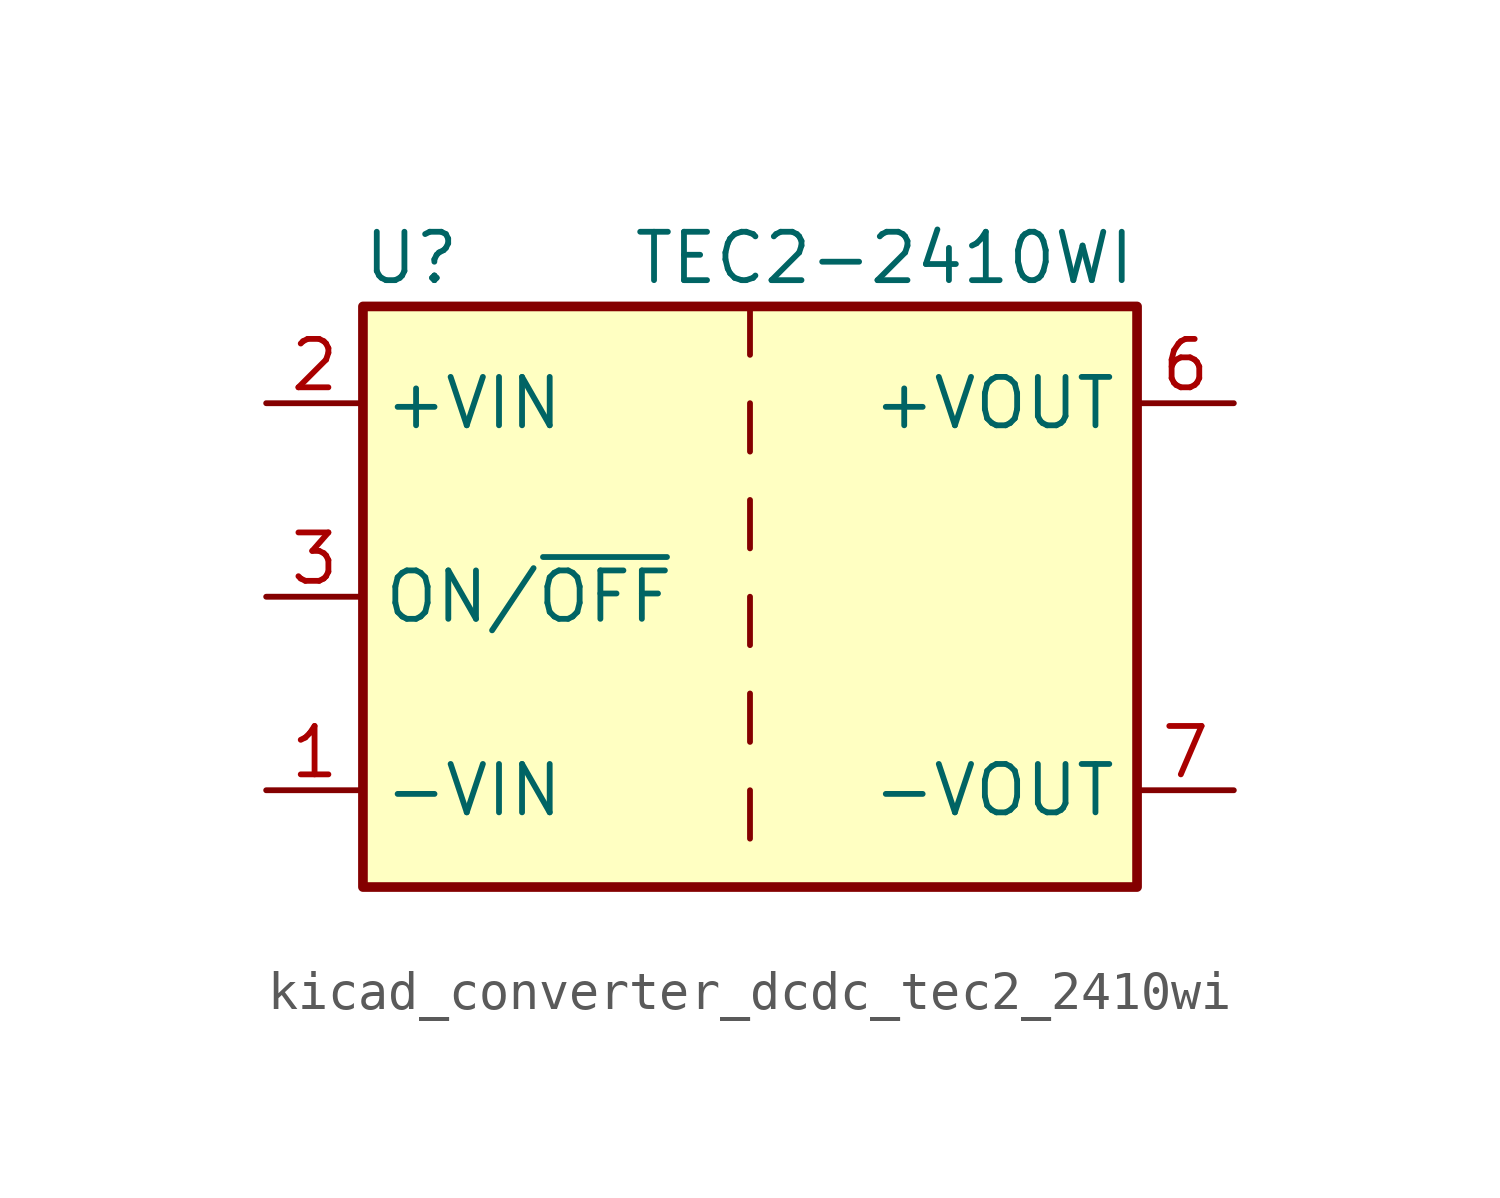
<source format=kicad_sym>
(kicad_symbol_lib
  (version 20220914)
  (generator kicad_symbol_editor)
  (symbol "kicad_converter_dcdc_tec2_2410wi"
    (property "Reference" "U"
      (at -8.89 8.89 0)
      (effects (font (size 1.27 1.27))))
    (property "Value" "TEC2-2410WI"
      (at 10.16 8.89 0)
      (effects (font (size 1.27 1.27)) (justify right)))
    (symbol "kicad_converter_dcdc_tec2_2410wi_0_1"
      (rectangle (start -10.16 7.62) (end 10.16 -7.62) (stroke (width 0.254) (type default)) (fill (type background)))
      (polyline (pts (xy 0 -5.08) (xy 0 -6.35)) (stroke (width 0) (type default)) (fill (type none)))
      (polyline (pts (xy 0 -2.54) (xy 0 -3.81)) (stroke (width 0) (type default)) (fill (type none)))
      (polyline (pts (xy 0 0) (xy 0 -1.27)) (stroke (width 0) (type default)) (fill (type none)))
      (polyline (pts (xy 0 2.54) (xy 0 1.27)) (stroke (width 0) (type default)) (fill (type none)))
      (polyline (pts (xy 0 5.08) (xy 0 3.81)) (stroke (width 0) (type default)) (fill (type none)))
      (polyline (pts (xy 0 7.62) (xy 0 6.35)) (stroke (width 0) (type default)) (fill (type none))))
    (symbol "kicad_converter_dcdc_tec2_2410wi_1_1"
      (pin power_in line (at -12.7 -5.08 0) (length 2.54) (name "-VIN" (effects (font (size 1.27 1.27)))) (number "1" (effects (font (size 1.27 1.27)))))
      (pin power_in line (at -12.7 5.08 0) (length 2.54) (name "+VIN" (effects (font (size 1.27 1.27)))) (number "2" (effects (font (size 1.27 1.27)))))
      (pin input line (at -12.7 0 0) (length 2.54) (name "ON/~{OFF}" (effects (font (size 1.27 1.27)))) (number "3" (effects (font (size 1.27 1.27)))))
      (pin no_connect line (at 10.16 2.54 180) (length 2.54) hide (name "NC" (effects (font (size 1.27 1.27)))) (number "5" (effects (font (size 1.27 1.27)))))
      (pin power_out line (at 12.7 5.08 180) (length 2.54) (name "+VOUT" (effects (font (size 1.27 1.27)))) (number "6" (effects (font (size 1.27 1.27)))))
      (pin power_out line (at 12.7 -5.08 180) (length 2.54) (name "-VOUT" (effects (font (size 1.27 1.27)))) (number "7" (effects (font (size 1.27 1.27)))))
      (pin no_connect line (at 10.16 0 180) (length 2.54) hide (name "NC" (effects (font (size 1.27 1.27)))) (number "8" (effects (font (size 1.27 1.27))))))))
</source>
